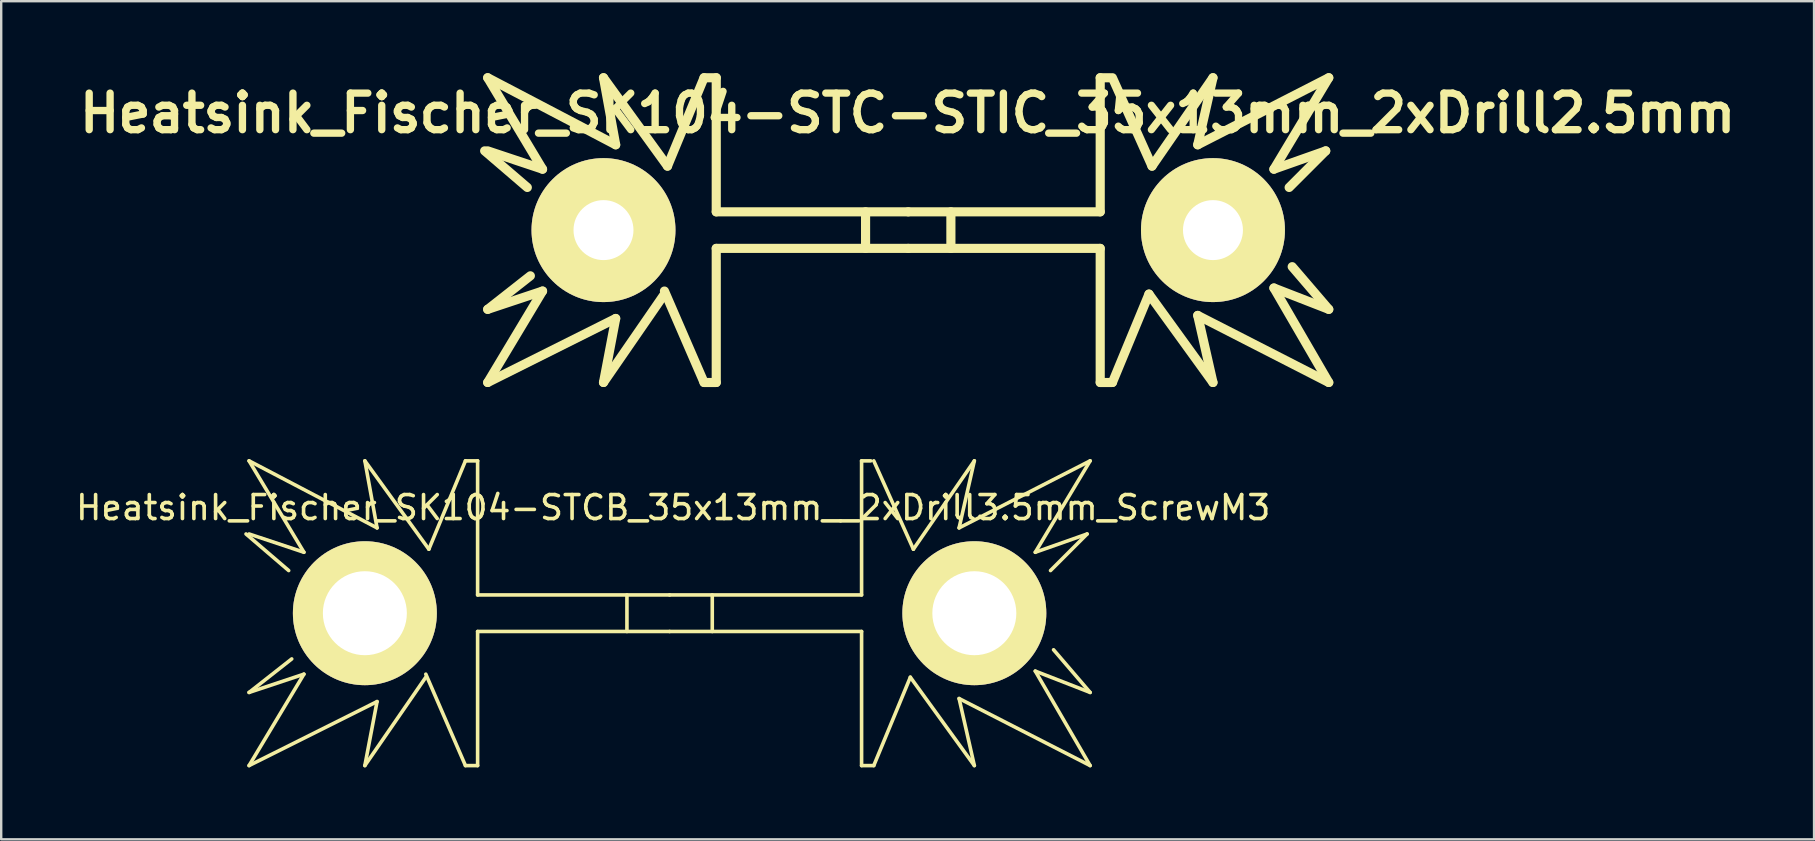
<source format=kicad_pcb>
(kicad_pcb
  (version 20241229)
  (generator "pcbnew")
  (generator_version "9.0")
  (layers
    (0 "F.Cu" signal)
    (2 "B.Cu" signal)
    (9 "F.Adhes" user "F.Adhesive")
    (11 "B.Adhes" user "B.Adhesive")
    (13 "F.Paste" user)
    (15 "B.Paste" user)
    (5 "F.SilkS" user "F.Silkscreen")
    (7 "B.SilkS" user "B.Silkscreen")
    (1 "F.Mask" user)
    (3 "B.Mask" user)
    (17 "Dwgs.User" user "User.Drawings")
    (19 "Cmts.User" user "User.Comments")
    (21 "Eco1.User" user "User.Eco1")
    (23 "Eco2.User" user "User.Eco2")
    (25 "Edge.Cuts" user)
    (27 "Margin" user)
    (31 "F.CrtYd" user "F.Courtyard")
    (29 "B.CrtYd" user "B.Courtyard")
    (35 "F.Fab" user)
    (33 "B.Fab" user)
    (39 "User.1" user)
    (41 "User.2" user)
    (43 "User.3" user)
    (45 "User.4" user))
  (footprint "Heatsink_Fischer_SK104-STCB_35x13mm__2xDrill3.5mm_ScrewM3"
    (layer "F.Cu")
    (at 24.856 22.506)
    (property "Reference" "Heatsink_Fischer_SK104-STCB_35x13mm__2xDrill3.5mm_ScrewM3" (at 0.15 -4.4 0) (layer "F.SilkS") (effects (font (size 1 1) (thickness 0.15))))
    (attr through_hole)
    (fp_line (start -17.653 -3.302) (end -15.875 -1.778) (stroke (width 0.15) (type solid)) (layer "F.SilkS"))
    (fp_line (start -17.526 -3.302) (end -15.24 -2.54) (stroke (width 0.15) (type solid)) (layer "F.SilkS"))
    (fp_line (start -17.526 3.302) (end -15.748 1.905) (stroke (width 0.15) (type solid)) (layer "F.SilkS"))
    (fp_line (start -17.526 3.302) (end -15.24 2.54) (stroke (width 0.15) (type solid)) (layer "F.SilkS"))
    (fp_line (start -15.24 -2.54) (end -17.526 -6.35) (stroke (width 0.15) (type solid)) (layer "F.SilkS"))
    (fp_line (start -15.24 2.54) (end -17.526 6.35) (stroke (width 0.15) (type solid)) (layer "F.SilkS"))
    (fp_line (start -12.7 -6.35) (end -12.192 -3.556) (stroke (width 0.15) (type solid)) (layer "F.SilkS"))
    (fp_line (start -12.7 6.35) (end -12.192 3.683) (stroke (width 0.15) (type solid)) (layer "F.SilkS"))
    (fp_line (start -12.192 -3.556) (end -17.526 -6.35) (stroke (width 0.15) (type solid)) (layer "F.SilkS"))
    (fp_line (start -12.192 3.683) (end -17.526 6.35) (stroke (width 0.15) (type solid)) (layer "F.SilkS"))
    (fp_line (start -10.16 2.667) (end -12.7 6.35) (stroke (width 0.15) (type solid)) (layer "F.SilkS"))
    (fp_line (start -10.033 -2.667) (end -12.7 -6.35) (stroke (width 0.15) (type solid)) (layer "F.SilkS"))
    (fp_line (start -8.509 -6.35) (end -10.033 -2.667) (stroke (width 0.15) (type solid)) (layer "F.SilkS"))
    (fp_line (start -8.509 6.35) (end -10.16 2.54) (stroke (width 0.15) (type solid)) (layer "F.SilkS"))
    (fp_line (start -8.509 6.35) (end -8.001 6.35) (stroke (width 0.15) (type solid)) (layer "F.SilkS"))
    (fp_line (start -8.001 -6.35) (end -8.509 -6.35) (stroke (width 0.15) (type solid)) (layer "F.SilkS"))
    (fp_line (start -8.001 -0.762) (end -8.001 -6.35) (stroke (width 0.15) (type solid)) (layer "F.SilkS"))
    (fp_line (start -8.001 0.762) (end -8.001 6.35) (stroke (width 0.15) (type solid)) (layer "F.SilkS"))
    (fp_line (start -1.778 -0.762) (end -1.778 0.762) (stroke (width 0.15) (type solid)) (layer "F.SilkS"))
    (fp_line (start 0 -0.762) (end -8.001 -0.762) (stroke (width 0.15) (type solid)) (layer "F.SilkS"))
    (fp_line (start 0 -0.762) (end 8.001 -0.762) (stroke (width 0.15) (type solid)) (layer "F.SilkS"))
    (fp_line (start 0 0.762) (end -8.001 0.762) (stroke (width 0.15) (type solid)) (layer "F.SilkS"))
    (fp_line (start 0 0.762) (end 8.001 0.762) (stroke (width 0.15) (type solid)) (layer "F.SilkS"))
    (fp_line (start 1.778 -0.762) (end 1.778 0.762) (stroke (width 0.15) (type solid)) (layer "F.SilkS"))
    (fp_line (start 8.001 -6.35) (end 8.382 -6.35) (stroke (width 0.15) (type solid)) (layer "F.SilkS"))
    (fp_line (start 8.001 -0.762) (end 8.001 -6.35) (stroke (width 0.15) (type solid)) (layer "F.SilkS"))
    (fp_line (start 8.001 0.762) (end 8.001 6.35) (stroke (width 0.15) (type solid)) (layer "F.SilkS"))
    (fp_line (start 8.001 6.35) (end 8.509 6.35) (stroke (width 0.15) (type solid)) (layer "F.SilkS"))
    (fp_line (start 8.509 -6.35) (end 10.16 -2.667) (stroke (width 0.15) (type solid)) (layer "F.SilkS"))
    (fp_line (start 8.509 6.35) (end 10.033 2.667) (stroke (width 0.15) (type solid)) (layer "F.SilkS"))
    (fp_line (start 10.033 2.667) (end 12.7 6.35) (stroke (width 0.15) (type solid)) (layer "F.SilkS"))
    (fp_line (start 10.16 -2.667) (end 12.7 -6.35) (stroke (width 0.15) (type solid)) (layer "F.SilkS"))
    (fp_line (start 12.065 -3.556) (end 12.7 -6.35) (stroke (width 0.15) (type solid)) (layer "F.SilkS"))
    (fp_line (start 12.065 3.556) (end 17.526 6.35) (stroke (width 0.15) (type solid)) (layer "F.SilkS"))
    (fp_line (start 12.7 6.35) (end 12.065 3.556) (stroke (width 0.15) (type solid)) (layer "F.SilkS"))
    (fp_line (start 15.24 -2.54) (end 17.399 -3.302) (stroke (width 0.15) (type solid)) (layer "F.SilkS"))
    (fp_line (start 15.24 2.413) (end 17.526 3.302) (stroke (width 0.15) (type solid)) (layer "F.SilkS"))
    (fp_line (start 17.399 -3.302) (end 15.875 -1.778) (stroke (width 0.15) (type solid)) (layer "F.SilkS"))
    (fp_line (start 17.526 -6.35) (end 12.065 -3.556) (stroke (width 0.15) (type solid)) (layer "F.SilkS"))
    (fp_line (start 17.526 -6.35) (end 15.24 -2.54) (stroke (width 0.15) (type solid)) (layer "F.SilkS"))
    (fp_line (start 17.526 3.302) (end 16.002 1.524) (stroke (width 0.15) (type solid)) (layer "F.SilkS"))
    (fp_line (start 17.526 6.35) (end 15.24 2.413) (stroke (width 0.15) (type solid)) (layer "F.SilkS"))
    (pad "1" thru_hole circle (at -12.7 0) (size 5.999 5.999) (drill 3.5) (layers "*.Cu" "*.Mask" "F.SilkS"))
    (pad "1" thru_hole circle (at 12.7 0) (size 5.999 5.999) (drill 3.5) (layers "*.Cu" "*.Mask" "F.SilkS")))
  (footprint "Heatsink_Fischer_SK104-STC-STIC_35x13mm_2xDrill2.5mm"
    (layer "F.Cu")
    (at 34.801 6.54)
    (property "Reference" "Heatsink_Fischer_SK104-STC-STIC_35x13mm_2xDrill2.5mm" (at -0.025 -4.875 0) (layer "F.SilkS") (effects (font (size 1.524 1.524) (thickness 0.305))))
    (attr through_hole)
    (fp_line (start -17.653 -3.302) (end -15.875 -1.778) (stroke (width 0.381) (type solid)) (layer "F.SilkS"))
    (fp_line (start -17.526 -3.302) (end -15.24 -2.54) (stroke (width 0.381) (type solid)) (layer "F.SilkS"))
    (fp_line (start -17.526 3.302) (end -15.748 1.905) (stroke (width 0.381) (type solid)) (layer "F.SilkS"))
    (fp_line (start -17.526 3.302) (end -15.24 2.54) (stroke (width 0.381) (type solid)) (layer "F.SilkS"))
    (fp_line (start -15.24 -2.54) (end -17.526 -6.35) (stroke (width 0.381) (type solid)) (layer "F.SilkS"))
    (fp_line (start -15.24 2.54) (end -17.526 6.35) (stroke (width 0.381) (type solid)) (layer "F.SilkS"))
    (fp_line (start -12.7 -6.35) (end -12.192 -3.556) (stroke (width 0.381) (type solid)) (layer "F.SilkS"))
    (fp_line (start -12.7 6.35) (end -12.192 3.683) (stroke (width 0.381) (type solid)) (layer "F.SilkS"))
    (fp_line (start -12.192 -3.556) (end -17.526 -6.35) (stroke (width 0.381) (type solid)) (layer "F.SilkS"))
    (fp_line (start -12.192 3.683) (end -17.526 6.35) (stroke (width 0.381) (type solid)) (layer "F.SilkS"))
    (fp_line (start -10.16 2.667) (end -12.7 6.35) (stroke (width 0.381) (type solid)) (layer "F.SilkS"))
    (fp_line (start -10.033 -2.667) (end -12.7 -6.35) (stroke (width 0.381) (type solid)) (layer "F.SilkS"))
    (fp_line (start -8.509 -6.35) (end -10.033 -2.667) (stroke (width 0.381) (type solid)) (layer "F.SilkS"))
    (fp_line (start -8.509 6.35) (end -10.16 2.54) (stroke (width 0.381) (type solid)) (layer "F.SilkS"))
    (fp_line (start -8.509 6.35) (end -8.001 6.35) (stroke (width 0.381) (type solid)) (layer "F.SilkS"))
    (fp_line (start -8.001 -6.35) (end -8.509 -6.35) (stroke (width 0.381) (type solid)) (layer "F.SilkS"))
    (fp_line (start -8.001 -0.762) (end -8.001 -6.35) (stroke (width 0.381) (type solid)) (layer "F.SilkS"))
    (fp_line (start -8.001 0.762) (end -8.001 6.35) (stroke (width 0.381) (type solid)) (layer "F.SilkS"))
    (fp_line (start -1.778 -0.762) (end -1.778 0.762) (stroke (width 0.381) (type solid)) (layer "F.SilkS"))
    (fp_line (start 0 -0.762) (end -8.001 -0.762) (stroke (width 0.381) (type solid)) (layer "F.SilkS"))
    (fp_line (start 0 -0.762) (end 8.001 -0.762) (stroke (width 0.381) (type solid)) (layer "F.SilkS"))
    (fp_line (start 0 0.762) (end -8.001 0.762) (stroke (width 0.381) (type solid)) (layer "F.SilkS"))
    (fp_line (start 0 0.762) (end 8.001 0.762) (stroke (width 0.381) (type solid)) (layer "F.SilkS"))
    (fp_line (start 1.778 -0.762) (end 1.778 0.762) (stroke (width 0.381) (type solid)) (layer "F.SilkS"))
    (fp_line (start 8.001 -6.35) (end 8.382 -6.35) (stroke (width 0.381) (type solid)) (layer "F.SilkS"))
    (fp_line (start 8.001 -0.762) (end 8.001 -6.35) (stroke (width 0.381) (type solid)) (layer "F.SilkS"))
    (fp_line (start 8.001 0.762) (end 8.001 6.35) (stroke (width 0.381) (type solid)) (layer "F.SilkS"))
    (fp_line (start 8.001 6.35) (end 8.509 6.35) (stroke (width 0.381) (type solid)) (layer "F.SilkS"))
    (fp_line (start 8.509 -6.35) (end 10.16 -2.667) (stroke (width 0.381) (type solid)) (layer "F.SilkS"))
    (fp_line (start 8.509 6.35) (end 10.033 2.667) (stroke (width 0.381) (type solid)) (layer "F.SilkS"))
    (fp_line (start 10.033 2.667) (end 12.7 6.35) (stroke (width 0.381) (type solid)) (layer "F.SilkS"))
    (fp_line (start 10.16 -2.667) (end 12.7 -6.35) (stroke (width 0.381) (type solid)) (layer "F.SilkS"))
    (fp_line (start 12.065 -3.556) (end 12.7 -6.35) (stroke (width 0.381) (type solid)) (layer "F.SilkS"))
    (fp_line (start 12.065 3.556) (end 17.526 6.35) (stroke (width 0.381) (type solid)) (layer "F.SilkS"))
    (fp_line (start 12.7 6.35) (end 12.065 3.556) (stroke (width 0.381) (type solid)) (layer "F.SilkS"))
    (fp_line (start 15.24 -2.54) (end 17.399 -3.302) (stroke (width 0.381) (type solid)) (layer "F.SilkS"))
    (fp_line (start 15.24 2.413) (end 17.526 3.302) (stroke (width 0.381) (type solid)) (layer "F.SilkS"))
    (fp_line (start 17.399 -3.302) (end 15.875 -1.778) (stroke (width 0.381) (type solid)) (layer "F.SilkS"))
    (fp_line (start 17.526 -6.35) (end 12.065 -3.556) (stroke (width 0.381) (type solid)) (layer "F.SilkS"))
    (fp_line (start 17.526 -6.35) (end 15.24 -2.54) (stroke (width 0.381) (type solid)) (layer "F.SilkS"))
    (fp_line (start 17.526 3.302) (end 16.002 1.524) (stroke (width 0.381) (type solid)) (layer "F.SilkS"))
    (fp_line (start 17.526 6.35) (end 15.24 2.413) (stroke (width 0.381) (type solid)) (layer "F.SilkS"))
    (pad "1" thru_hole circle (at -12.7 0) (size 5.999 5.999) (drill 2.499) (layers "*.Cu" "*.Mask" "F.SilkS"))
    (pad "1" thru_hole circle (at 12.7 0) (size 5.999 5.999) (drill 2.499) (layers "*.Cu" "*.Mask" "F.SilkS")))
  (gr_rect
    (start -3 -3)
    (end 72.552 31.931)
    (stroke (width 0.1) (type default))
    (fill no)
    (layer "Edge.Cuts")))
</source>
